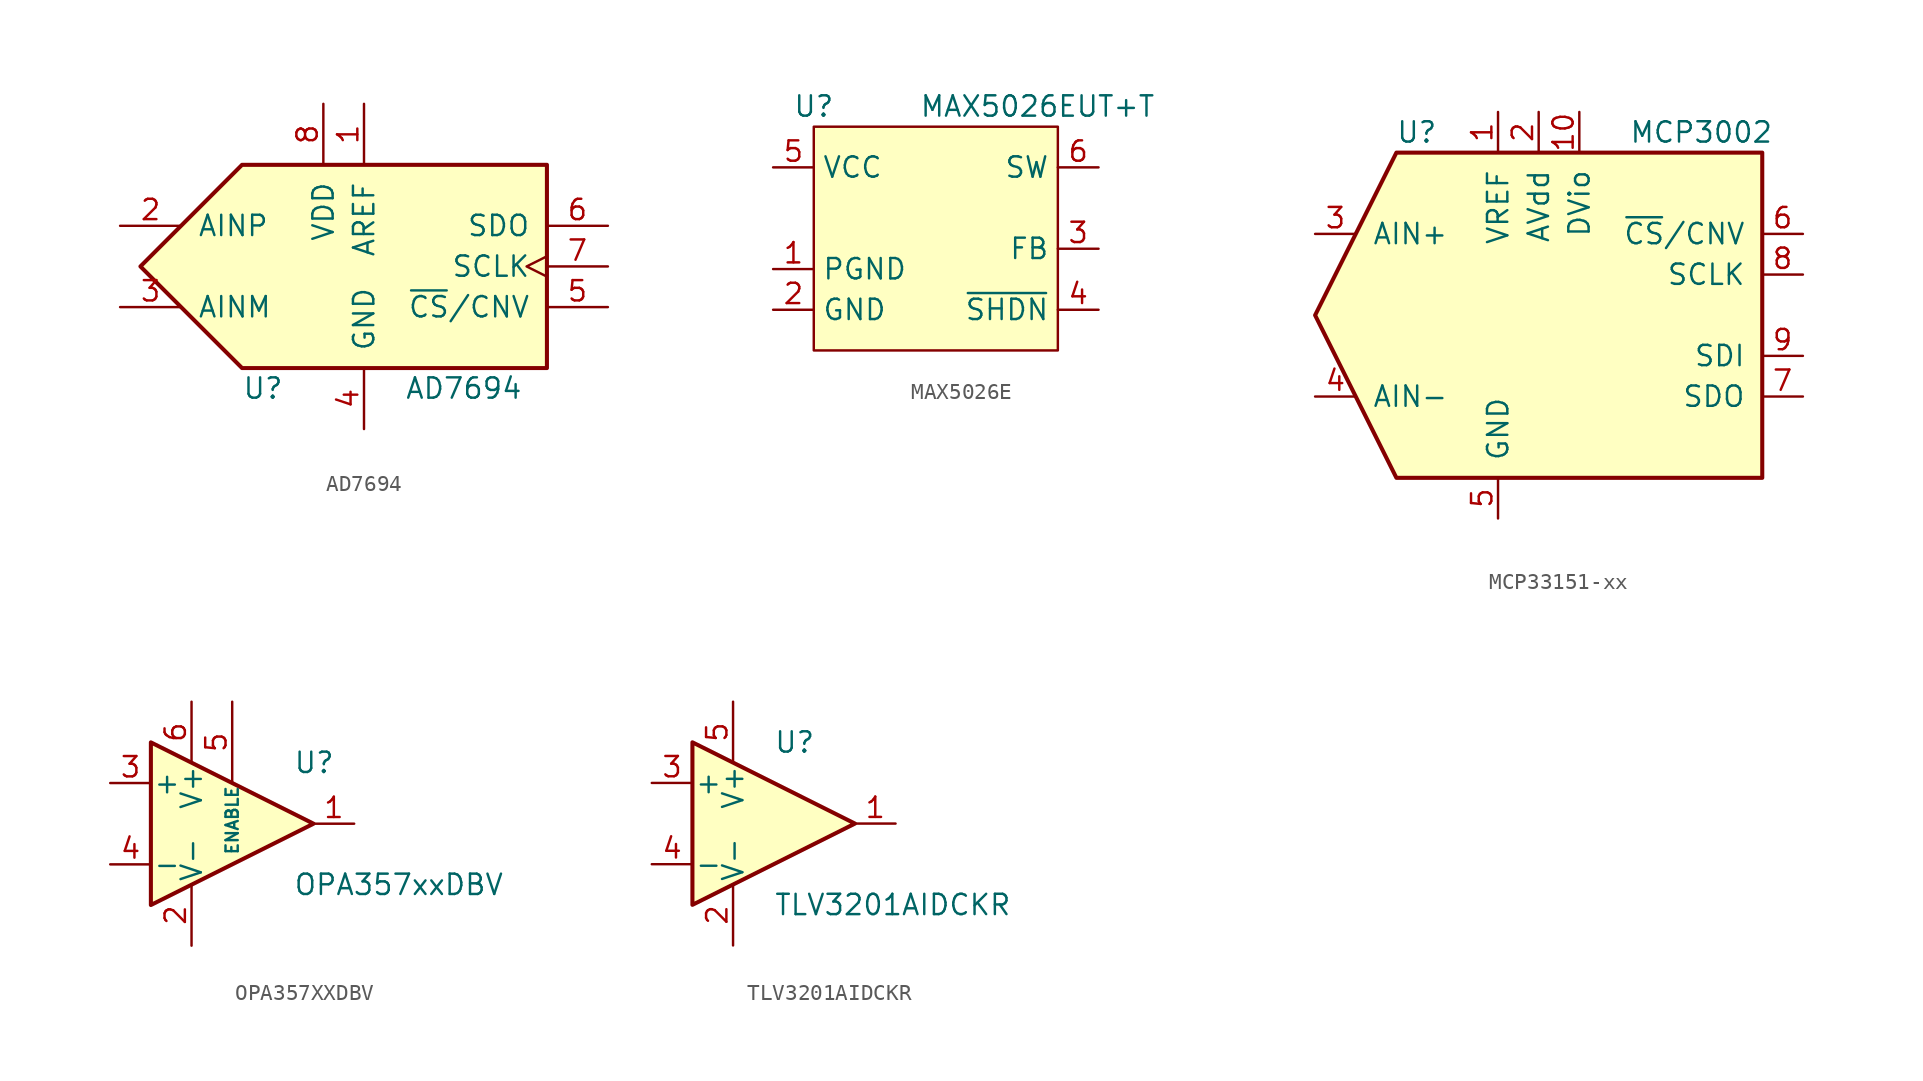
<source format=kicad_sym>
(kicad_symbol_lib
  (version 20220914)
  (generator kicad_symbol_editor)
  (symbol "AD7694"
    (pin_names
      (offset 1.016))
    (property "Reference" "U"
      (at -7.62 -7.62 0)
      (effects (font (size 1.27 1.27)) (justify left)))
    (property "Value" "AD7694"
      (at 2.54 -7.62 0)
      (effects (font (size 1.27 1.27)) (justify left)))
    (symbol "AD7694_0_1"
      (polyline (pts (xy -13.97 0) (xy -7.62 6.35) (xy 11.43 6.35) (xy 11.43 -6.35) (xy -7.62 -6.35) (xy -13.97 0)) (stroke (width 0.254) (type default)) (fill (type background))))
    (symbol "AD7694_1_1"
      (pin power_in line (at 0 10.16 270) (length 3.81) (name "AREF" (effects (font (size 1.27 1.27)))) (number "1" (effects (font (size 1.27 1.27)))))
      (pin input line (at -15.24 2.54 0) (length 3.81) (name "AINP" (effects (font (size 1.27 1.27)))) (number "2" (effects (font (size 1.27 1.27)))))
      (pin input line (at -15.24 -2.54 0) (length 3.81) (name "AINM" (effects (font (size 1.27 1.27)))) (number "3" (effects (font (size 1.27 1.27)))))
      (pin power_in line (at 0 -10.16 90) (length 3.81) (name "GND" (effects (font (size 1.27 1.27)))) (number "4" (effects (font (size 1.27 1.27)))))
      (pin input line (at 15.24 -2.54 180) (length 3.81) (name "~{CS}/CNV" (effects (font (size 1.27 1.27)))) (number "5" (effects (font (size 1.27 1.27)))))
      (pin output line (at 15.24 2.54 180) (length 3.81) (name "SDO" (effects (font (size 1.27 1.27)))) (number "6" (effects (font (size 1.27 1.27)))))
      (pin input clock (at 15.24 0 180) (length 3.81) (name "SCLK" (effects (font (size 1.27 1.27)))) (number "7" (effects (font (size 1.27 1.27)))))
      (pin power_in line (at -2.54 10.16 270) (length 3.81) (name "VDD" (effects (font (size 1.27 1.27)))) (number "8" (effects (font (size 1.27 1.27)))))))
  (symbol "MAX5026E"
    (property "Reference" "U"
      (at -7.62 7.62 0)
      (effects (font (size 1.27 1.27))))
    (property "Value" "MAX5026EUT+T"
      (at 6.35 7.62 0)
      (effects (font (size 1.27 1.27))))
    (symbol "MAX5026E_0_0"
      (pin power_in line (at -10.16 -2.54 0) (length 2.54) (name "PGND" (effects (font (size 1.27 1.27)))) (number "1" (effects (font (size 1.27 1.27)))))
      (pin power_in line (at -10.16 -5.08 0) (length 2.54) (name "GND" (effects (font (size 1.27 1.27)))) (number "2" (effects (font (size 1.27 1.27)))))
      (pin input line (at 10.16 -1.27 180) (length 2.54) (name "FB" (effects (font (size 1.27 1.27)))) (number "3" (effects (font (size 1.27 1.27)))))
      (pin input line (at 10.16 -5.08 180) (length 2.54) (name "~{SHDN}" (effects (font (size 1.27 1.27)))) (number "4" (effects (font (size 1.27 1.27)))))
      (pin power_in line (at -10.16 3.81 0) (length 2.54) (name "VCC" (effects (font (size 1.27 1.27)))) (number "5" (effects (font (size 1.27 1.27)))))
      (pin power_in line (at 10.16 3.81 180) (length 2.54) (name "SW" (effects (font (size 1.27 1.27)))) (number "6" (effects (font (size 1.27 1.27))))))
    (symbol "MAX5026E_0_1"
      (rectangle (start -7.62 6.35) (end 7.62 -7.62) (stroke (width 0) (type default)) (fill (type background)))))
  (symbol "MCP33151-xx"
    (pin_names
      (offset 1.016))
    (property "Reference" "U"
      (at -6.35 11.43 0)
      (effects (font (size 1.27 1.27))))
    (property "Value" "MCP3002"
      (at 11.43 11.43 0)
      (effects (font (size 1.27 1.27))))
    (symbol "MCP33151-xx_0_1"
      (polyline (pts (xy 15.24 10.16) (xy -7.62 10.16) (xy -12.7 0) (xy -7.62 -10.16) (xy 15.24 -10.16) (xy 15.24 10.16)) (stroke (width 0.254) (type default)) (fill (type background))))
    (symbol "MCP33151-xx_1_0"
      (pin power_in line (at 3.81 12.7 270) (length 2.54) (name "DVio" (effects (font (size 1.27 1.27)))) (number "10" (effects (font (size 1.27 1.27)))))
      (pin power_in line (at 1.27 12.7 270) (length 2.54) (name "AVdd" (effects (font (size 1.27 1.27)))) (number "2" (effects (font (size 1.27 1.27))))))
    (symbol "MCP33151-xx_1_1"
      (pin power_in line (at -1.27 12.7 270) (length 2.54) (name "VREF" (effects (font (size 1.27 1.27)))) (number "1" (effects (font (size 1.27 1.27)))))
      (pin passive line (at -12.7 5.08 0) (length 2.54) (name "AIN+" (effects (font (size 1.27 1.27)))) (number "3" (effects (font (size 1.27 1.27)))))
      (pin passive line (at -12.7 -5.08 0) (length 2.54) (name "AIN-" (effects (font (size 1.27 1.27)))) (number "4" (effects (font (size 1.27 1.27)))))
      (pin power_in line (at -1.27 -12.7 90) (length 2.54) (name "GND" (effects (font (size 1.27 1.27)))) (number "5" (effects (font (size 1.27 1.27)))))
      (pin input line (at 17.78 5.08 180) (length 2.54) (name "~{CS}/CNV" (effects (font (size 1.27 1.27)))) (number "6" (effects (font (size 1.27 1.27)))))
      (pin output line (at 17.78 -5.08 180) (length 2.54) (name "SDO" (effects (font (size 1.27 1.27)))) (number "7" (effects (font (size 1.27 1.27)))))
      (pin input line (at 17.78 2.54 180) (length 2.54) (name "SCLK" (effects (font (size 1.27 1.27)))) (number "8" (effects (font (size 1.27 1.27)))))
      (pin input line (at 17.78 -2.54 180) (length 2.54) (name "SDI" (effects (font (size 1.27 1.27)))) (number "9" (effects (font (size 1.27 1.27)))))))
  (symbol "OPA357XXDBV"
    (pin_names
      (offset 0.127))
    (property "Reference" "U"
      (at 3.81 3.81 0)
      (effects (font (size 1.27 1.27)) (justify left)))
    (property "Value" "OPA357xxDBV"
      (at 3.81 -3.81 0)
      (effects (font (size 1.27 1.27)) (justify left)))
    (symbol "OPA357XXDBV_0_1"
      (polyline (pts (xy -5.08 5.08) (xy 5.08 0) (xy -5.08 -5.08) (xy -5.08 5.08)) (stroke (width 0.254) (type default)) (fill (type background))))
    (symbol "OPA357XXDBV_1_1"
      (pin output line (at 7.62 0 180) (length 2.54) (name "~" (effects (font (size 1.27 1.27)))) (number "1" (effects (font (size 1.27 1.27)))))
      (pin power_in line (at -2.54 -7.62 90) (length 3.81) (name "V-" (effects (font (size 1.27 1.27)))) (number "2" (effects (font (size 1.27 1.27)))))
      (pin input line (at -7.62 2.54 0) (length 2.54) (name "+" (effects (font (size 1.27 1.27)))) (number "3" (effects (font (size 1.27 1.27)))))
      (pin input line (at -7.62 -2.54 0) (length 2.54) (name "-" (effects (font (size 1.27 1.27)))) (number "4" (effects (font (size 1.27 1.27)))))
      (pin input line (at 0 7.62 270) (length 5.08) (name "ENABLE" (effects (font (size 0.762 0.762)))) (number "5" (effects (font (size 1.27 1.27)))))
      (pin power_in line (at -2.54 7.62 270) (length 3.81) (name "V+" (effects (font (size 1.27 1.27)))) (number "6" (effects (font (size 1.27 1.27)))))))
  (symbol "TLV3201AIDCKR"
    (pin_names
      (offset 0.127))
    (property "Reference" "U"
      (at 0 5.08 0)
      (effects (font (size 1.27 1.27)) (justify left)))
    (property "Value" "TLV3201AIDCKR"
      (at 0 -5.08 0)
      (effects (font (size 1.27 1.27)) (justify left)))
    (symbol "TLV3201AIDCKR_0_1"
      (polyline (pts (xy -5.08 5.08) (xy 5.08 0) (xy -5.08 -5.08) (xy -5.08 5.08)) (stroke (width 0.254) (type default)) (fill (type background)))
      (pin power_in line (at -2.54 -7.62 90) (length 3.81) (name "V-" (effects (font (size 1.27 1.27)))) (number "2" (effects (font (size 1.27 1.27)))))
      (pin power_in line (at -2.54 7.62 270) (length 3.81) (name "V+" (effects (font (size 1.27 1.27)))) (number "5" (effects (font (size 1.27 1.27))))))
    (symbol "TLV3201AIDCKR_1_1"
      (pin output line (at 7.62 0 180) (length 2.54) (name "~" (effects (font (size 1.27 1.27)))) (number "1" (effects (font (size 1.27 1.27)))))
      (pin input line (at -7.62 2.54 0) (length 2.54) (name "+" (effects (font (size 1.27 1.27)))) (number "3" (effects (font (size 1.27 1.27)))))
      (pin input line (at -7.62 -2.54 0) (length 2.54) (name "-" (effects (font (size 1.27 1.27)))) (number "4" (effects (font (size 1.27 1.27))))))))
</source>
